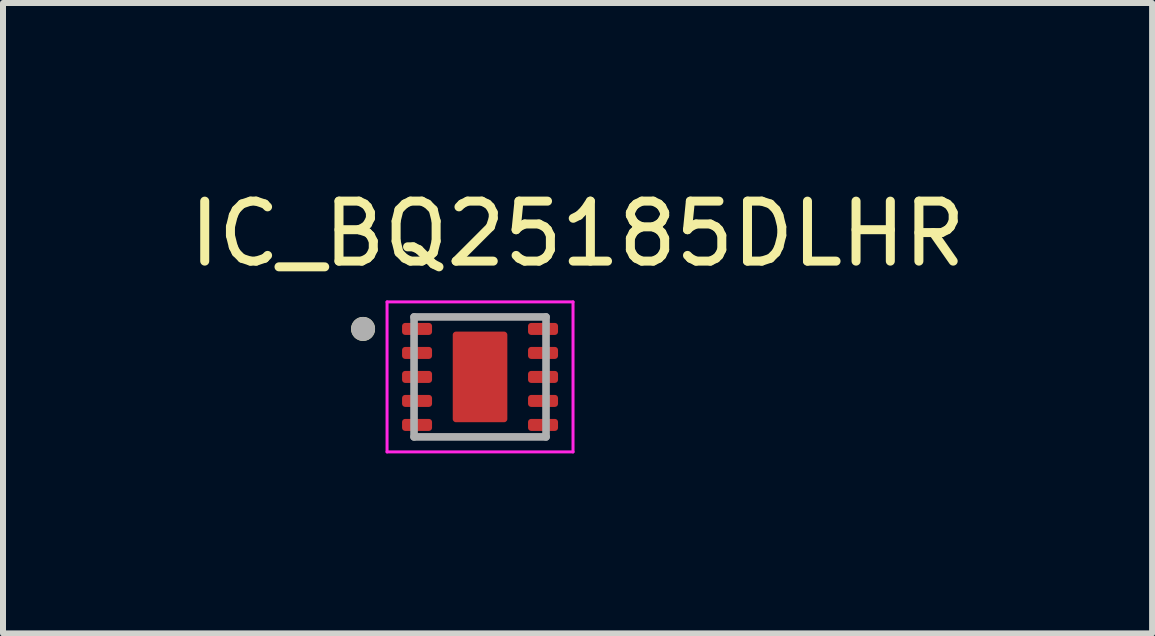
<source format=kicad_pcb>
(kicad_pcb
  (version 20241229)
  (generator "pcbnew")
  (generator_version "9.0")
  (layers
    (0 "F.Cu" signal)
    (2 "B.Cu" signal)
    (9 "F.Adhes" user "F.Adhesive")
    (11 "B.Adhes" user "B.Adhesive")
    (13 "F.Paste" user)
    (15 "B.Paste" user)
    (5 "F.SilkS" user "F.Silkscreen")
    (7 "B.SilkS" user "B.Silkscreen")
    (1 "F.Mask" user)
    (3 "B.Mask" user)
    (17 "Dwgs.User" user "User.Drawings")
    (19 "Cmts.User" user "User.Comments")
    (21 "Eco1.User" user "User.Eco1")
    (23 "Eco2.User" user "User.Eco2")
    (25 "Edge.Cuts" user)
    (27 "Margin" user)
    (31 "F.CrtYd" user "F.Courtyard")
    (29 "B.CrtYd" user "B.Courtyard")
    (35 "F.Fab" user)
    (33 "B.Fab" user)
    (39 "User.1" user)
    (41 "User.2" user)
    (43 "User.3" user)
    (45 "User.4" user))
  (footprint "IC_BQ25185DLHR"
    (layer "F.Cu")
    (at 4.952 3.233)
    (property "Reference" "IC_BQ25185DLHR" (at 1.625 -2.385 0) (layer "F.SilkS") (effects (font (size 1 1) (thickness 0.15))))
    (attr smd)
    (fp_poly (pts (xy -1.35 -0.7) (xy -1.35 -0.9) (xy -1.35 -0.903) (xy -1.35 -0.905) (xy -1.349 -0.908) (xy -1.349 -0.91) (xy -1.348 -0.913) (xy -1.348 -0.915) (xy -1.347 -0.918) (xy -1.346 -0.92) (xy -1.345 -0.923) (xy -1.343 -0.925) (xy -1.342 -0.927) (xy -1.34 -0.929) (xy -1.339 -0.931) (xy -1.337 -0.933) (xy -1.335 -0.935) (xy -1.333 -0.937) (xy -1.331 -0.939) (xy -1.329 -0.94) (xy -1.327 -0.942) (xy -1.325 -0.943) (xy -1.323 -0.945) (xy -1.32 -0.946) (xy -1.318 -0.947) (xy -1.315 -0.948) (xy -1.313 -0.948) (xy -1.31 -0.949) (xy -1.308 -0.949) (xy -1.305 -0.95) (xy -1.303 -0.95) (xy -1.3 -0.95) (xy -0.8 -0.95) (xy -0.797 -0.95) (xy -0.795 -0.95) (xy -0.792 -0.949) (xy -0.79 -0.949) (xy -0.787 -0.948) (xy -0.785 -0.948) (xy -0.782 -0.947) (xy -0.78 -0.946) (xy -0.777 -0.945) (xy -0.775 -0.943) (xy -0.773 -0.942) (xy -0.771 -0.94) (xy -0.769 -0.939) (xy -0.767 -0.937) (xy -0.765 -0.935) (xy -0.763 -0.933) (xy -0.761 -0.931) (xy -0.76 -0.929) (xy -0.758 -0.927) (xy -0.757 -0.925) (xy -0.755 -0.923) (xy -0.754 -0.92) (xy -0.753 -0.918) (xy -0.752 -0.915) (xy -0.752 -0.913) (xy -0.751 -0.91) (xy -0.751 -0.908) (xy -0.75 -0.905) (xy -0.75 -0.903) (xy -0.75 -0.9) (xy -0.75 -0.7) (xy -0.75 -0.697) (xy -0.75 -0.695) (xy -0.751 -0.692) (xy -0.751 -0.69) (xy -0.752 -0.687) (xy -0.752 -0.685) (xy -0.753 -0.682) (xy -0.754 -0.68) (xy -0.755 -0.677) (xy -0.757 -0.675) (xy -0.758 -0.673) (xy -0.76 -0.671) (xy -0.761 -0.669) (xy -0.763 -0.667) (xy -0.765 -0.665) (xy -0.767 -0.663) (xy -0.769 -0.661) (xy -0.771 -0.66) (xy -0.773 -0.658) (xy -0.775 -0.657) (xy -0.777 -0.655) (xy -0.78 -0.654) (xy -0.782 -0.653) (xy -0.785 -0.652) (xy -0.787 -0.652) (xy -0.79 -0.651) (xy -0.792 -0.651) (xy -0.795 -0.65) (xy -0.797 -0.65) (xy -0.8 -0.65) (xy -1.3 -0.65) (xy -1.303 -0.65) (xy -1.305 -0.65) (xy -1.308 -0.651) (xy -1.31 -0.651) (xy -1.313 -0.652) (xy -1.315 -0.652) (xy -1.318 -0.653) (xy -1.32 -0.654) (xy -1.323 -0.655) (xy -1.325 -0.657) (xy -1.327 -0.658) (xy -1.329 -0.66) (xy -1.331 -0.661) (xy -1.333 -0.663) (xy -1.335 -0.665) (xy -1.337 -0.667) (xy -1.339 -0.669) (xy -1.34 -0.671) (xy -1.342 -0.673) (xy -1.343 -0.675) (xy -1.345 -0.677) (xy -1.346 -0.68) (xy -1.347 -0.682) (xy -1.348 -0.685) (xy -1.348 -0.687) (xy -1.349 -0.69) (xy -1.349 -0.692) (xy -1.35 -0.695) (xy -1.35 -0.697) (xy -1.35 -0.7)) (stroke (width 0.01) (type solid)) (fill yes) (layer "F.Mask"))
    (fp_poly (pts (xy -1.35 -0.3) (xy -1.35 -0.5) (xy -1.35 -0.503) (xy -1.35 -0.505) (xy -1.349 -0.508) (xy -1.349 -0.51) (xy -1.348 -0.513) (xy -1.348 -0.515) (xy -1.347 -0.518) (xy -1.346 -0.52) (xy -1.345 -0.523) (xy -1.343 -0.525) (xy -1.342 -0.527) (xy -1.34 -0.529) (xy -1.339 -0.531) (xy -1.337 -0.533) (xy -1.335 -0.535) (xy -1.333 -0.537) (xy -1.331 -0.539) (xy -1.329 -0.54) (xy -1.327 -0.542) (xy -1.325 -0.543) (xy -1.323 -0.545) (xy -1.32 -0.546) (xy -1.318 -0.547) (xy -1.315 -0.548) (xy -1.313 -0.548) (xy -1.31 -0.549) (xy -1.308 -0.549) (xy -1.305 -0.55) (xy -1.303 -0.55) (xy -1.3 -0.55) (xy -0.8 -0.55) (xy -0.797 -0.55) (xy -0.795 -0.55) (xy -0.792 -0.549) (xy -0.79 -0.549) (xy -0.787 -0.548) (xy -0.785 -0.548) (xy -0.782 -0.547) (xy -0.78 -0.546) (xy -0.777 -0.545) (xy -0.775 -0.543) (xy -0.773 -0.542) (xy -0.771 -0.54) (xy -0.769 -0.539) (xy -0.767 -0.537) (xy -0.765 -0.535) (xy -0.763 -0.533) (xy -0.761 -0.531) (xy -0.76 -0.529) (xy -0.758 -0.527) (xy -0.757 -0.525) (xy -0.755 -0.523) (xy -0.754 -0.52) (xy -0.753 -0.518) (xy -0.752 -0.515) (xy -0.752 -0.513) (xy -0.751 -0.51) (xy -0.751 -0.508) (xy -0.75 -0.505) (xy -0.75 -0.503) (xy -0.75 -0.5) (xy -0.75 -0.3) (xy -0.75 -0.297) (xy -0.75 -0.295) (xy -0.751 -0.292) (xy -0.751 -0.29) (xy -0.752 -0.287) (xy -0.752 -0.285) (xy -0.753 -0.282) (xy -0.754 -0.28) (xy -0.755 -0.277) (xy -0.757 -0.275) (xy -0.758 -0.273) (xy -0.76 -0.271) (xy -0.761 -0.269) (xy -0.763 -0.267) (xy -0.765 -0.265) (xy -0.767 -0.263) (xy -0.769 -0.261) (xy -0.771 -0.26) (xy -0.773 -0.258) (xy -0.775 -0.257) (xy -0.777 -0.255) (xy -0.78 -0.254) (xy -0.782 -0.253) (xy -0.785 -0.252) (xy -0.787 -0.252) (xy -0.79 -0.251) (xy -0.792 -0.251) (xy -0.795 -0.25) (xy -0.797 -0.25) (xy -0.8 -0.25) (xy -1.3 -0.25) (xy -1.303 -0.25) (xy -1.305 -0.25) (xy -1.308 -0.251) (xy -1.31 -0.251) (xy -1.313 -0.252) (xy -1.315 -0.252) (xy -1.318 -0.253) (xy -1.32 -0.254) (xy -1.323 -0.255) (xy -1.325 -0.257) (xy -1.327 -0.258) (xy -1.329 -0.26) (xy -1.331 -0.261) (xy -1.333 -0.263) (xy -1.335 -0.265) (xy -1.337 -0.267) (xy -1.339 -0.269) (xy -1.34 -0.271) (xy -1.342 -0.273) (xy -1.343 -0.275) (xy -1.345 -0.277) (xy -1.346 -0.28) (xy -1.347 -0.282) (xy -1.348 -0.285) (xy -1.348 -0.287) (xy -1.349 -0.29) (xy -1.349 -0.292) (xy -1.35 -0.295) (xy -1.35 -0.297) (xy -1.35 -0.3)) (stroke (width 0.01) (type solid)) (fill yes) (layer "F.Mask"))
    (fp_poly (pts (xy -1.35 0.1) (xy -1.35 -0.1) (xy -1.35 -0.103) (xy -1.35 -0.105) (xy -1.349 -0.108) (xy -1.349 -0.11) (xy -1.348 -0.113) (xy -1.348 -0.115) (xy -1.347 -0.118) (xy -1.346 -0.12) (xy -1.345 -0.123) (xy -1.343 -0.125) (xy -1.342 -0.127) (xy -1.34 -0.129) (xy -1.339 -0.131) (xy -1.337 -0.133) (xy -1.335 -0.135) (xy -1.333 -0.137) (xy -1.331 -0.139) (xy -1.329 -0.14) (xy -1.327 -0.142) (xy -1.325 -0.143) (xy -1.323 -0.145) (xy -1.32 -0.146) (xy -1.318 -0.147) (xy -1.315 -0.148) (xy -1.313 -0.148) (xy -1.31 -0.149) (xy -1.308 -0.149) (xy -1.305 -0.15) (xy -1.303 -0.15) (xy -1.3 -0.15) (xy -0.8 -0.15) (xy -0.797 -0.15) (xy -0.795 -0.15) (xy -0.792 -0.149) (xy -0.79 -0.149) (xy -0.787 -0.148) (xy -0.785 -0.148) (xy -0.782 -0.147) (xy -0.78 -0.146) (xy -0.777 -0.145) (xy -0.775 -0.143) (xy -0.773 -0.142) (xy -0.771 -0.14) (xy -0.769 -0.139) (xy -0.767 -0.137) (xy -0.765 -0.135) (xy -0.763 -0.133) (xy -0.761 -0.131) (xy -0.76 -0.129) (xy -0.758 -0.127) (xy -0.757 -0.125) (xy -0.755 -0.123) (xy -0.754 -0.12) (xy -0.753 -0.118) (xy -0.752 -0.115) (xy -0.752 -0.113) (xy -0.751 -0.11) (xy -0.751 -0.108) (xy -0.75 -0.105) (xy -0.75 -0.103) (xy -0.75 -0.1) (xy -0.75 0.1) (xy -0.75 0.103) (xy -0.75 0.105) (xy -0.751 0.108) (xy -0.751 0.11) (xy -0.752 0.113) (xy -0.752 0.115) (xy -0.753 0.118) (xy -0.754 0.12) (xy -0.755 0.123) (xy -0.757 0.125) (xy -0.758 0.127) (xy -0.76 0.129) (xy -0.761 0.131) (xy -0.763 0.133) (xy -0.765 0.135) (xy -0.767 0.137) (xy -0.769 0.139) (xy -0.771 0.14) (xy -0.773 0.142) (xy -0.775 0.143) (xy -0.777 0.145) (xy -0.78 0.146) (xy -0.782 0.147) (xy -0.785 0.148) (xy -0.787 0.148) (xy -0.79 0.149) (xy -0.792 0.149) (xy -0.795 0.15) (xy -0.797 0.15) (xy -0.8 0.15) (xy -1.3 0.15) (xy -1.303 0.15) (xy -1.305 0.15) (xy -1.308 0.149) (xy -1.31 0.149) (xy -1.313 0.148) (xy -1.315 0.148) (xy -1.318 0.147) (xy -1.32 0.146) (xy -1.323 0.145) (xy -1.325 0.143) (xy -1.327 0.142) (xy -1.329 0.14) (xy -1.331 0.139) (xy -1.333 0.137) (xy -1.335 0.135) (xy -1.337 0.133) (xy -1.339 0.131) (xy -1.34 0.129) (xy -1.342 0.127) (xy -1.343 0.125) (xy -1.345 0.123) (xy -1.346 0.12) (xy -1.347 0.118) (xy -1.348 0.115) (xy -1.348 0.113) (xy -1.349 0.11) (xy -1.349 0.108) (xy -1.35 0.105) (xy -1.35 0.103) (xy -1.35 0.1)) (stroke (width 0.01) (type solid)) (fill yes) (layer "F.Mask"))
    (fp_poly (pts (xy -1.35 0.5) (xy -1.35 0.3) (xy -1.35 0.297) (xy -1.35 0.295) (xy -1.349 0.292) (xy -1.349 0.29) (xy -1.348 0.287) (xy -1.348 0.285) (xy -1.347 0.282) (xy -1.346 0.28) (xy -1.345 0.277) (xy -1.343 0.275) (xy -1.342 0.273) (xy -1.34 0.271) (xy -1.339 0.269) (xy -1.337 0.267) (xy -1.335 0.265) (xy -1.333 0.263) (xy -1.331 0.261) (xy -1.329 0.26) (xy -1.327 0.258) (xy -1.325 0.257) (xy -1.323 0.255) (xy -1.32 0.254) (xy -1.318 0.253) (xy -1.315 0.252) (xy -1.313 0.252) (xy -1.31 0.251) (xy -1.308 0.251) (xy -1.305 0.25) (xy -1.303 0.25) (xy -1.3 0.25) (xy -0.8 0.25) (xy -0.797 0.25) (xy -0.795 0.25) (xy -0.792 0.251) (xy -0.79 0.251) (xy -0.787 0.252) (xy -0.785 0.252) (xy -0.782 0.253) (xy -0.78 0.254) (xy -0.777 0.255) (xy -0.775 0.257) (xy -0.773 0.258) (xy -0.771 0.26) (xy -0.769 0.261) (xy -0.767 0.263) (xy -0.765 0.265) (xy -0.763 0.267) (xy -0.761 0.269) (xy -0.76 0.271) (xy -0.758 0.273) (xy -0.757 0.275) (xy -0.755 0.277) (xy -0.754 0.28) (xy -0.753 0.282) (xy -0.752 0.285) (xy -0.752 0.287) (xy -0.751 0.29) (xy -0.751 0.292) (xy -0.75 0.295) (xy -0.75 0.297) (xy -0.75 0.3) (xy -0.75 0.5) (xy -0.75 0.503) (xy -0.75 0.505) (xy -0.751 0.508) (xy -0.751 0.51) (xy -0.752 0.513) (xy -0.752 0.515) (xy -0.753 0.518) (xy -0.754 0.52) (xy -0.755 0.523) (xy -0.757 0.525) (xy -0.758 0.527) (xy -0.76 0.529) (xy -0.761 0.531) (xy -0.763 0.533) (xy -0.765 0.535) (xy -0.767 0.537) (xy -0.769 0.539) (xy -0.771 0.54) (xy -0.773 0.542) (xy -0.775 0.543) (xy -0.777 0.545) (xy -0.78 0.546) (xy -0.782 0.547) (xy -0.785 0.548) (xy -0.787 0.548) (xy -0.79 0.549) (xy -0.792 0.549) (xy -0.795 0.55) (xy -0.797 0.55) (xy -0.8 0.55) (xy -1.3 0.55) (xy -1.303 0.55) (xy -1.305 0.55) (xy -1.308 0.549) (xy -1.31 0.549) (xy -1.313 0.548) (xy -1.315 0.548) (xy -1.318 0.547) (xy -1.32 0.546) (xy -1.323 0.545) (xy -1.325 0.543) (xy -1.327 0.542) (xy -1.329 0.54) (xy -1.331 0.539) (xy -1.333 0.537) (xy -1.335 0.535) (xy -1.337 0.533) (xy -1.339 0.531) (xy -1.34 0.529) (xy -1.342 0.527) (xy -1.343 0.525) (xy -1.345 0.523) (xy -1.346 0.52) (xy -1.347 0.518) (xy -1.348 0.515) (xy -1.348 0.513) (xy -1.349 0.51) (xy -1.349 0.508) (xy -1.35 0.505) (xy -1.35 0.503) (xy -1.35 0.5)) (stroke (width 0.01) (type solid)) (fill yes) (layer "F.Mask"))
    (fp_poly (pts (xy -1.35 0.9) (xy -1.35 0.7) (xy -1.35 0.697) (xy -1.35 0.695) (xy -1.349 0.692) (xy -1.349 0.69) (xy -1.348 0.687) (xy -1.348 0.685) (xy -1.347 0.682) (xy -1.346 0.68) (xy -1.345 0.677) (xy -1.343 0.675) (xy -1.342 0.673) (xy -1.34 0.671) (xy -1.339 0.669) (xy -1.337 0.667) (xy -1.335 0.665) (xy -1.333 0.663) (xy -1.331 0.661) (xy -1.329 0.66) (xy -1.327 0.658) (xy -1.325 0.657) (xy -1.323 0.655) (xy -1.32 0.654) (xy -1.318 0.653) (xy -1.315 0.652) (xy -1.313 0.652) (xy -1.31 0.651) (xy -1.308 0.651) (xy -1.305 0.65) (xy -1.303 0.65) (xy -1.3 0.65) (xy -0.8 0.65) (xy -0.797 0.65) (xy -0.795 0.65) (xy -0.792 0.651) (xy -0.79 0.651) (xy -0.787 0.652) (xy -0.785 0.652) (xy -0.782 0.653) (xy -0.78 0.654) (xy -0.777 0.655) (xy -0.775 0.657) (xy -0.773 0.658) (xy -0.771 0.66) (xy -0.769 0.661) (xy -0.767 0.663) (xy -0.765 0.665) (xy -0.763 0.667) (xy -0.761 0.669) (xy -0.76 0.671) (xy -0.758 0.673) (xy -0.757 0.675) (xy -0.755 0.677) (xy -0.754 0.68) (xy -0.753 0.682) (xy -0.752 0.685) (xy -0.752 0.687) (xy -0.751 0.69) (xy -0.751 0.692) (xy -0.75 0.695) (xy -0.75 0.697) (xy -0.75 0.7) (xy -0.75 0.9) (xy -0.75 0.903) (xy -0.75 0.905) (xy -0.751 0.908) (xy -0.751 0.91) (xy -0.752 0.913) (xy -0.752 0.915) (xy -0.753 0.918) (xy -0.754 0.92) (xy -0.755 0.923) (xy -0.757 0.925) (xy -0.758 0.927) (xy -0.76 0.929) (xy -0.761 0.931) (xy -0.763 0.933) (xy -0.765 0.935) (xy -0.767 0.937) (xy -0.769 0.939) (xy -0.771 0.94) (xy -0.773 0.942) (xy -0.775 0.943) (xy -0.777 0.945) (xy -0.78 0.946) (xy -0.782 0.947) (xy -0.785 0.948) (xy -0.787 0.948) (xy -0.79 0.949) (xy -0.792 0.949) (xy -0.795 0.95) (xy -0.797 0.95) (xy -0.8 0.95) (xy -1.3 0.95) (xy -1.303 0.95) (xy -1.305 0.95) (xy -1.308 0.949) (xy -1.31 0.949) (xy -1.313 0.948) (xy -1.315 0.948) (xy -1.318 0.947) (xy -1.32 0.946) (xy -1.323 0.945) (xy -1.325 0.943) (xy -1.327 0.942) (xy -1.329 0.94) (xy -1.331 0.939) (xy -1.333 0.937) (xy -1.335 0.935) (xy -1.337 0.933) (xy -1.339 0.931) (xy -1.34 0.929) (xy -1.342 0.927) (xy -1.343 0.925) (xy -1.345 0.923) (xy -1.346 0.92) (xy -1.347 0.918) (xy -1.348 0.915) (xy -1.348 0.913) (xy -1.349 0.91) (xy -1.349 0.908) (xy -1.35 0.905) (xy -1.35 0.903) (xy -1.35 0.9)) (stroke (width 0.01) (type solid)) (fill yes) (layer "F.Mask"))
    (fp_poly (pts (xy -0.5 0.7) (xy -0.5 -0.7) (xy -0.5 -0.705) (xy -0.499 -0.71) (xy -0.499 -0.716) (xy -0.498 -0.721) (xy -0.497 -0.726) (xy -0.495 -0.731) (xy -0.493 -0.736) (xy -0.491 -0.741) (xy -0.489 -0.745) (xy -0.487 -0.75) (xy -0.484 -0.754) (xy -0.481 -0.759) (xy -0.478 -0.763) (xy -0.474 -0.767) (xy -0.471 -0.771) (xy -0.467 -0.774) (xy -0.463 -0.778) (xy -0.459 -0.781) (xy -0.454 -0.784) (xy -0.45 -0.787) (xy -0.445 -0.789) (xy -0.441 -0.791) (xy -0.436 -0.793) (xy -0.431 -0.795) (xy -0.426 -0.797) (xy -0.421 -0.798) (xy -0.416 -0.799) (xy -0.41 -0.799) (xy -0.405 -0.8) (xy -0.4 -0.8) (xy 0.4 -0.8) (xy 0.405 -0.8) (xy 0.41 -0.799) (xy 0.416 -0.799) (xy 0.421 -0.798) (xy 0.426 -0.797) (xy 0.431 -0.795) (xy 0.436 -0.793) (xy 0.441 -0.791) (xy 0.445 -0.789) (xy 0.45 -0.787) (xy 0.454 -0.784) (xy 0.459 -0.781) (xy 0.463 -0.778) (xy 0.467 -0.774) (xy 0.471 -0.771) (xy 0.474 -0.767) (xy 0.478 -0.763) (xy 0.481 -0.759) (xy 0.484 -0.754) (xy 0.487 -0.75) (xy 0.489 -0.745) (xy 0.491 -0.741) (xy 0.493 -0.736) (xy 0.495 -0.731) (xy 0.497 -0.726) (xy 0.498 -0.721) (xy 0.499 -0.716) (xy 0.499 -0.71) (xy 0.5 -0.705) (xy 0.5 -0.7) (xy 0.5 0.7) (xy 0.5 0.705) (xy 0.499 0.71) (xy 0.499 0.716) (xy 0.498 0.721) (xy 0.497 0.726) (xy 0.495 0.731) (xy 0.493 0.736) (xy 0.491 0.741) (xy 0.489 0.745) (xy 0.487 0.75) (xy 0.484 0.754) (xy 0.481 0.759) (xy 0.478 0.763) (xy 0.474 0.767) (xy 0.471 0.771) (xy 0.467 0.774) (xy 0.463 0.778) (xy 0.459 0.781) (xy 0.454 0.784) (xy 0.45 0.787) (xy 0.445 0.789) (xy 0.441 0.791) (xy 0.436 0.793) (xy 0.431 0.795) (xy 0.426 0.797) (xy 0.421 0.798) (xy 0.416 0.799) (xy 0.41 0.799) (xy 0.405 0.8) (xy 0.4 0.8) (xy -0.4 0.8) (xy -0.405 0.8) (xy -0.41 0.799) (xy -0.416 0.799) (xy -0.421 0.798) (xy -0.426 0.797) (xy -0.431 0.795) (xy -0.436 0.793) (xy -0.441 0.791) (xy -0.445 0.789) (xy -0.45 0.787) (xy -0.454 0.784) (xy -0.459 0.781) (xy -0.463 0.778) (xy -0.467 0.774) (xy -0.471 0.771) (xy -0.474 0.767) (xy -0.478 0.763) (xy -0.481 0.759) (xy -0.484 0.754) (xy -0.487 0.75) (xy -0.489 0.745) (xy -0.491 0.741) (xy -0.493 0.736) (xy -0.495 0.731) (xy -0.497 0.726) (xy -0.498 0.721) (xy -0.499 0.716) (xy -0.499 0.71) (xy -0.5 0.705) (xy -0.5 0.7)) (stroke (width 0.01) (type solid)) (fill yes) (layer "F.Mask"))
    (fp_poly (pts (xy 0.75 -0.7) (xy 0.75 -0.9) (xy 0.75 -0.903) (xy 0.75 -0.905) (xy 0.751 -0.908) (xy 0.751 -0.91) (xy 0.752 -0.913) (xy 0.752 -0.915) (xy 0.753 -0.918) (xy 0.754 -0.92) (xy 0.755 -0.923) (xy 0.757 -0.925) (xy 0.758 -0.927) (xy 0.76 -0.929) (xy 0.761 -0.931) (xy 0.763 -0.933) (xy 0.765 -0.935) (xy 0.767 -0.937) (xy 0.769 -0.939) (xy 0.771 -0.94) (xy 0.773 -0.942) (xy 0.775 -0.943) (xy 0.777 -0.945) (xy 0.78 -0.946) (xy 0.782 -0.947) (xy 0.785 -0.948) (xy 0.787 -0.948) (xy 0.79 -0.949) (xy 0.792 -0.949) (xy 0.795 -0.95) (xy 0.797 -0.95) (xy 0.8 -0.95) (xy 1.3 -0.95) (xy 1.303 -0.95) (xy 1.305 -0.95) (xy 1.308 -0.949) (xy 1.31 -0.949) (xy 1.313 -0.948) (xy 1.315 -0.948) (xy 1.318 -0.947) (xy 1.32 -0.946) (xy 1.323 -0.945) (xy 1.325 -0.943) (xy 1.327 -0.942) (xy 1.329 -0.94) (xy 1.331 -0.939) (xy 1.333 -0.937) (xy 1.335 -0.935) (xy 1.337 -0.933) (xy 1.339 -0.931) (xy 1.34 -0.929) (xy 1.342 -0.927) (xy 1.343 -0.925) (xy 1.345 -0.923) (xy 1.346 -0.92) (xy 1.347 -0.918) (xy 1.348 -0.915) (xy 1.348 -0.913) (xy 1.349 -0.91) (xy 1.349 -0.908) (xy 1.35 -0.905) (xy 1.35 -0.903) (xy 1.35 -0.9) (xy 1.35 -0.7) (xy 1.35 -0.697) (xy 1.35 -0.695) (xy 1.349 -0.692) (xy 1.349 -0.69) (xy 1.348 -0.687) (xy 1.348 -0.685) (xy 1.347 -0.682) (xy 1.346 -0.68) (xy 1.345 -0.677) (xy 1.343 -0.675) (xy 1.342 -0.673) (xy 1.34 -0.671) (xy 1.339 -0.669) (xy 1.337 -0.667) (xy 1.335 -0.665) (xy 1.333 -0.663) (xy 1.331 -0.661) (xy 1.329 -0.66) (xy 1.327 -0.658) (xy 1.325 -0.657) (xy 1.323 -0.655) (xy 1.32 -0.654) (xy 1.318 -0.653) (xy 1.315 -0.652) (xy 1.313 -0.652) (xy 1.31 -0.651) (xy 1.308 -0.651) (xy 1.305 -0.65) (xy 1.303 -0.65) (xy 1.3 -0.65) (xy 0.8 -0.65) (xy 0.797 -0.65) (xy 0.795 -0.65) (xy 0.792 -0.651) (xy 0.79 -0.651) (xy 0.787 -0.652) (xy 0.785 -0.652) (xy 0.782 -0.653) (xy 0.78 -0.654) (xy 0.777 -0.655) (xy 0.775 -0.657) (xy 0.773 -0.658) (xy 0.771 -0.66) (xy 0.769 -0.661) (xy 0.767 -0.663) (xy 0.765 -0.665) (xy 0.763 -0.667) (xy 0.761 -0.669) (xy 0.76 -0.671) (xy 0.758 -0.673) (xy 0.757 -0.675) (xy 0.755 -0.677) (xy 0.754 -0.68) (xy 0.753 -0.682) (xy 0.752 -0.685) (xy 0.752 -0.687) (xy 0.751 -0.69) (xy 0.751 -0.692) (xy 0.75 -0.695) (xy 0.75 -0.697) (xy 0.75 -0.7)) (stroke (width 0.01) (type solid)) (fill yes) (layer "F.Mask"))
    (fp_poly (pts (xy 0.75 -0.3) (xy 0.75 -0.5) (xy 0.75 -0.503) (xy 0.75 -0.505) (xy 0.751 -0.508) (xy 0.751 -0.51) (xy 0.752 -0.513) (xy 0.752 -0.515) (xy 0.753 -0.518) (xy 0.754 -0.52) (xy 0.755 -0.523) (xy 0.757 -0.525) (xy 0.758 -0.527) (xy 0.76 -0.529) (xy 0.761 -0.531) (xy 0.763 -0.533) (xy 0.765 -0.535) (xy 0.767 -0.537) (xy 0.769 -0.539) (xy 0.771 -0.54) (xy 0.773 -0.542) (xy 0.775 -0.543) (xy 0.777 -0.545) (xy 0.78 -0.546) (xy 0.782 -0.547) (xy 0.785 -0.548) (xy 0.787 -0.548) (xy 0.79 -0.549) (xy 0.792 -0.549) (xy 0.795 -0.55) (xy 0.797 -0.55) (xy 0.8 -0.55) (xy 1.3 -0.55) (xy 1.303 -0.55) (xy 1.305 -0.55) (xy 1.308 -0.549) (xy 1.31 -0.549) (xy 1.313 -0.548) (xy 1.315 -0.548) (xy 1.318 -0.547) (xy 1.32 -0.546) (xy 1.323 -0.545) (xy 1.325 -0.543) (xy 1.327 -0.542) (xy 1.329 -0.54) (xy 1.331 -0.539) (xy 1.333 -0.537) (xy 1.335 -0.535) (xy 1.337 -0.533) (xy 1.339 -0.531) (xy 1.34 -0.529) (xy 1.342 -0.527) (xy 1.343 -0.525) (xy 1.345 -0.523) (xy 1.346 -0.52) (xy 1.347 -0.518) (xy 1.348 -0.515) (xy 1.348 -0.513) (xy 1.349 -0.51) (xy 1.349 -0.508) (xy 1.35 -0.505) (xy 1.35 -0.503) (xy 1.35 -0.5) (xy 1.35 -0.3) (xy 1.35 -0.297) (xy 1.35 -0.295) (xy 1.349 -0.292) (xy 1.349 -0.29) (xy 1.348 -0.287) (xy 1.348 -0.285) (xy 1.347 -0.282) (xy 1.346 -0.28) (xy 1.345 -0.277) (xy 1.343 -0.275) (xy 1.342 -0.273) (xy 1.34 -0.271) (xy 1.339 -0.269) (xy 1.337 -0.267) (xy 1.335 -0.265) (xy 1.333 -0.263) (xy 1.331 -0.261) (xy 1.329 -0.26) (xy 1.327 -0.258) (xy 1.325 -0.257) (xy 1.323 -0.255) (xy 1.32 -0.254) (xy 1.318 -0.253) (xy 1.315 -0.252) (xy 1.313 -0.252) (xy 1.31 -0.251) (xy 1.308 -0.251) (xy 1.305 -0.25) (xy 1.303 -0.25) (xy 1.3 -0.25) (xy 0.8 -0.25) (xy 0.797 -0.25) (xy 0.795 -0.25) (xy 0.792 -0.251) (xy 0.79 -0.251) (xy 0.787 -0.252) (xy 0.785 -0.252) (xy 0.782 -0.253) (xy 0.78 -0.254) (xy 0.777 -0.255) (xy 0.775 -0.257) (xy 0.773 -0.258) (xy 0.771 -0.26) (xy 0.769 -0.261) (xy 0.767 -0.263) (xy 0.765 -0.265) (xy 0.763 -0.267) (xy 0.761 -0.269) (xy 0.76 -0.271) (xy 0.758 -0.273) (xy 0.757 -0.275) (xy 0.755 -0.277) (xy 0.754 -0.28) (xy 0.753 -0.282) (xy 0.752 -0.285) (xy 0.752 -0.287) (xy 0.751 -0.29) (xy 0.751 -0.292) (xy 0.75 -0.295) (xy 0.75 -0.297) (xy 0.75 -0.3)) (stroke (width 0.01) (type solid)) (fill yes) (layer "F.Mask"))
    (fp_poly (pts (xy 0.75 0.1) (xy 0.75 -0.1) (xy 0.75 -0.103) (xy 0.75 -0.105) (xy 0.751 -0.108) (xy 0.751 -0.11) (xy 0.752 -0.113) (xy 0.752 -0.115) (xy 0.753 -0.118) (xy 0.754 -0.12) (xy 0.755 -0.123) (xy 0.757 -0.125) (xy 0.758 -0.127) (xy 0.76 -0.129) (xy 0.761 -0.131) (xy 0.763 -0.133) (xy 0.765 -0.135) (xy 0.767 -0.137) (xy 0.769 -0.139) (xy 0.771 -0.14) (xy 0.773 -0.142) (xy 0.775 -0.143) (xy 0.777 -0.145) (xy 0.78 -0.146) (xy 0.782 -0.147) (xy 0.785 -0.148) (xy 0.787 -0.148) (xy 0.79 -0.149) (xy 0.792 -0.149) (xy 0.795 -0.15) (xy 0.797 -0.15) (xy 0.8 -0.15) (xy 1.3 -0.15) (xy 1.303 -0.15) (xy 1.305 -0.15) (xy 1.308 -0.149) (xy 1.31 -0.149) (xy 1.313 -0.148) (xy 1.315 -0.148) (xy 1.318 -0.147) (xy 1.32 -0.146) (xy 1.323 -0.145) (xy 1.325 -0.143) (xy 1.327 -0.142) (xy 1.329 -0.14) (xy 1.331 -0.139) (xy 1.333 -0.137) (xy 1.335 -0.135) (xy 1.337 -0.133) (xy 1.339 -0.131) (xy 1.34 -0.129) (xy 1.342 -0.127) (xy 1.343 -0.125) (xy 1.345 -0.123) (xy 1.346 -0.12) (xy 1.347 -0.118) (xy 1.348 -0.115) (xy 1.348 -0.113) (xy 1.349 -0.11) (xy 1.349 -0.108) (xy 1.35 -0.105) (xy 1.35 -0.103) (xy 1.35 -0.1) (xy 1.35 0.1) (xy 1.35 0.103) (xy 1.35 0.105) (xy 1.349 0.108) (xy 1.349 0.11) (xy 1.348 0.113) (xy 1.348 0.115) (xy 1.347 0.118) (xy 1.346 0.12) (xy 1.345 0.123) (xy 1.343 0.125) (xy 1.342 0.127) (xy 1.34 0.129) (xy 1.339 0.131) (xy 1.337 0.133) (xy 1.335 0.135) (xy 1.333 0.137) (xy 1.331 0.139) (xy 1.329 0.14) (xy 1.327 0.142) (xy 1.325 0.143) (xy 1.323 0.145) (xy 1.32 0.146) (xy 1.318 0.147) (xy 1.315 0.148) (xy 1.313 0.148) (xy 1.31 0.149) (xy 1.308 0.149) (xy 1.305 0.15) (xy 1.303 0.15) (xy 1.3 0.15) (xy 0.8 0.15) (xy 0.797 0.15) (xy 0.795 0.15) (xy 0.792 0.149) (xy 0.79 0.149) (xy 0.787 0.148) (xy 0.785 0.148) (xy 0.782 0.147) (xy 0.78 0.146) (xy 0.777 0.145) (xy 0.775 0.143) (xy 0.773 0.142) (xy 0.771 0.14) (xy 0.769 0.139) (xy 0.767 0.137) (xy 0.765 0.135) (xy 0.763 0.133) (xy 0.761 0.131) (xy 0.76 0.129) (xy 0.758 0.127) (xy 0.757 0.125) (xy 0.755 0.123) (xy 0.754 0.12) (xy 0.753 0.118) (xy 0.752 0.115) (xy 0.752 0.113) (xy 0.751 0.11) (xy 0.751 0.108) (xy 0.75 0.105) (xy 0.75 0.103) (xy 0.75 0.1)) (stroke (width 0.01) (type solid)) (fill yes) (layer "F.Mask"))
    (fp_poly (pts (xy 0.75 0.5) (xy 0.75 0.3) (xy 0.75 0.297) (xy 0.75 0.295) (xy 0.751 0.292) (xy 0.751 0.29) (xy 0.752 0.287) (xy 0.752 0.285) (xy 0.753 0.282) (xy 0.754 0.28) (xy 0.755 0.277) (xy 0.757 0.275) (xy 0.758 0.273) (xy 0.76 0.271) (xy 0.761 0.269) (xy 0.763 0.267) (xy 0.765 0.265) (xy 0.767 0.263) (xy 0.769 0.261) (xy 0.771 0.26) (xy 0.773 0.258) (xy 0.775 0.257) (xy 0.777 0.255) (xy 0.78 0.254) (xy 0.782 0.253) (xy 0.785 0.252) (xy 0.787 0.252) (xy 0.79 0.251) (xy 0.792 0.251) (xy 0.795 0.25) (xy 0.797 0.25) (xy 0.8 0.25) (xy 1.3 0.25) (xy 1.303 0.25) (xy 1.305 0.25) (xy 1.308 0.251) (xy 1.31 0.251) (xy 1.313 0.252) (xy 1.315 0.252) (xy 1.318 0.253) (xy 1.32 0.254) (xy 1.323 0.255) (xy 1.325 0.257) (xy 1.327 0.258) (xy 1.329 0.26) (xy 1.331 0.261) (xy 1.333 0.263) (xy 1.335 0.265) (xy 1.337 0.267) (xy 1.339 0.269) (xy 1.34 0.271) (xy 1.342 0.273) (xy 1.343 0.275) (xy 1.345 0.277) (xy 1.346 0.28) (xy 1.347 0.282) (xy 1.348 0.285) (xy 1.348 0.287) (xy 1.349 0.29) (xy 1.349 0.292) (xy 1.35 0.295) (xy 1.35 0.297) (xy 1.35 0.3) (xy 1.35 0.5) (xy 1.35 0.503) (xy 1.35 0.505) (xy 1.349 0.508) (xy 1.349 0.51) (xy 1.348 0.513) (xy 1.348 0.515) (xy 1.347 0.518) (xy 1.346 0.52) (xy 1.345 0.523) (xy 1.343 0.525) (xy 1.342 0.527) (xy 1.34 0.529) (xy 1.339 0.531) (xy 1.337 0.533) (xy 1.335 0.535) (xy 1.333 0.537) (xy 1.331 0.539) (xy 1.329 0.54) (xy 1.327 0.542) (xy 1.325 0.543) (xy 1.323 0.545) (xy 1.32 0.546) (xy 1.318 0.547) (xy 1.315 0.548) (xy 1.313 0.548) (xy 1.31 0.549) (xy 1.308 0.549) (xy 1.305 0.55) (xy 1.303 0.55) (xy 1.3 0.55) (xy 0.8 0.55) (xy 0.797 0.55) (xy 0.795 0.55) (xy 0.792 0.549) (xy 0.79 0.549) (xy 0.787 0.548) (xy 0.785 0.548) (xy 0.782 0.547) (xy 0.78 0.546) (xy 0.777 0.545) (xy 0.775 0.543) (xy 0.773 0.542) (xy 0.771 0.54) (xy 0.769 0.539) (xy 0.767 0.537) (xy 0.765 0.535) (xy 0.763 0.533) (xy 0.761 0.531) (xy 0.76 0.529) (xy 0.758 0.527) (xy 0.757 0.525) (xy 0.755 0.523) (xy 0.754 0.52) (xy 0.753 0.518) (xy 0.752 0.515) (xy 0.752 0.513) (xy 0.751 0.51) (xy 0.751 0.508) (xy 0.75 0.505) (xy 0.75 0.503) (xy 0.75 0.5)) (stroke (width 0.01) (type solid)) (fill yes) (layer "F.Mask"))
    (fp_poly (pts (xy 0.75 0.9) (xy 0.75 0.7) (xy 0.75 0.697) (xy 0.75 0.695) (xy 0.751 0.692) (xy 0.751 0.69) (xy 0.752 0.687) (xy 0.752 0.685) (xy 0.753 0.682) (xy 0.754 0.68) (xy 0.755 0.677) (xy 0.757 0.675) (xy 0.758 0.673) (xy 0.76 0.671) (xy 0.761 0.669) (xy 0.763 0.667) (xy 0.765 0.665) (xy 0.767 0.663) (xy 0.769 0.661) (xy 0.771 0.66) (xy 0.773 0.658) (xy 0.775 0.657) (xy 0.777 0.655) (xy 0.78 0.654) (xy 0.782 0.653) (xy 0.785 0.652) (xy 0.787 0.652) (xy 0.79 0.651) (xy 0.792 0.651) (xy 0.795 0.65) (xy 0.797 0.65) (xy 0.8 0.65) (xy 1.3 0.65) (xy 1.303 0.65) (xy 1.305 0.65) (xy 1.308 0.651) (xy 1.31 0.651) (xy 1.313 0.652) (xy 1.315 0.652) (xy 1.318 0.653) (xy 1.32 0.654) (xy 1.323 0.655) (xy 1.325 0.657) (xy 1.327 0.658) (xy 1.329 0.66) (xy 1.331 0.661) (xy 1.333 0.663) (xy 1.335 0.665) (xy 1.337 0.667) (xy 1.339 0.669) (xy 1.34 0.671) (xy 1.342 0.673) (xy 1.343 0.675) (xy 1.345 0.677) (xy 1.346 0.68) (xy 1.347 0.682) (xy 1.348 0.685) (xy 1.348 0.687) (xy 1.349 0.69) (xy 1.349 0.692) (xy 1.35 0.695) (xy 1.35 0.697) (xy 1.35 0.7) (xy 1.35 0.9) (xy 1.35 0.903) (xy 1.35 0.905) (xy 1.349 0.908) (xy 1.349 0.91) (xy 1.348 0.913) (xy 1.348 0.915) (xy 1.347 0.918) (xy 1.346 0.92) (xy 1.345 0.923) (xy 1.343 0.925) (xy 1.342 0.927) (xy 1.34 0.929) (xy 1.339 0.931) (xy 1.337 0.933) (xy 1.335 0.935) (xy 1.333 0.937) (xy 1.331 0.939) (xy 1.329 0.94) (xy 1.327 0.942) (xy 1.325 0.943) (xy 1.323 0.945) (xy 1.32 0.946) (xy 1.318 0.947) (xy 1.315 0.948) (xy 1.313 0.948) (xy 1.31 0.949) (xy 1.308 0.949) (xy 1.305 0.95) (xy 1.303 0.95) (xy 1.3 0.95) (xy 0.8 0.95) (xy 0.797 0.95) (xy 0.795 0.95) (xy 0.792 0.949) (xy 0.79 0.949) (xy 0.787 0.948) (xy 0.785 0.948) (xy 0.782 0.947) (xy 0.78 0.946) (xy 0.777 0.945) (xy 0.775 0.943) (xy 0.773 0.942) (xy 0.771 0.94) (xy 0.769 0.939) (xy 0.767 0.937) (xy 0.765 0.935) (xy 0.763 0.933) (xy 0.761 0.931) (xy 0.76 0.929) (xy 0.758 0.927) (xy 0.757 0.925) (xy 0.755 0.923) (xy 0.754 0.92) (xy 0.753 0.918) (xy 0.752 0.915) (xy 0.752 0.913) (xy 0.751 0.91) (xy 0.751 0.908) (xy 0.75 0.905) (xy 0.75 0.903) (xy 0.75 0.9)) (stroke (width 0.01) (type solid)) (fill yes) (layer "F.Mask"))
    (fp_circle (center -1.95 -0.8) (end -1.85 -0.8) (stroke (width 0.2) (type solid)) (fill no) (layer "F.SilkS"))
    (fp_poly (pts (xy -0.425 0.64) (xy -0.425 -0.64) (xy -0.425 -0.643) (xy -0.425 -0.645) (xy -0.424 -0.648) (xy -0.424 -0.65) (xy -0.423 -0.653) (xy -0.423 -0.655) (xy -0.422 -0.658) (xy -0.421 -0.66) (xy -0.42 -0.663) (xy -0.418 -0.665) (xy -0.417 -0.667) (xy -0.415 -0.669) (xy -0.414 -0.671) (xy -0.412 -0.673) (xy -0.41 -0.675) (xy -0.408 -0.677) (xy -0.406 -0.679) (xy -0.404 -0.68) (xy -0.402 -0.682) (xy -0.4 -0.683) (xy -0.398 -0.685) (xy -0.395 -0.686) (xy -0.393 -0.687) (xy -0.39 -0.688) (xy -0.388 -0.688) (xy -0.385 -0.689) (xy -0.383 -0.689) (xy -0.38 -0.69) (xy -0.378 -0.69) (xy -0.375 -0.69) (xy 0.375 -0.69) (xy 0.378 -0.69) (xy 0.38 -0.69) (xy 0.383 -0.689) (xy 0.385 -0.689) (xy 0.388 -0.688) (xy 0.39 -0.688) (xy 0.393 -0.687) (xy 0.395 -0.686) (xy 0.398 -0.685) (xy 0.4 -0.683) (xy 0.402 -0.682) (xy 0.404 -0.68) (xy 0.406 -0.679) (xy 0.408 -0.677) (xy 0.41 -0.675) (xy 0.412 -0.673) (xy 0.414 -0.671) (xy 0.415 -0.669) (xy 0.417 -0.667) (xy 0.418 -0.665) (xy 0.42 -0.663) (xy 0.421 -0.66) (xy 0.422 -0.658) (xy 0.423 -0.655) (xy 0.423 -0.653) (xy 0.424 -0.65) (xy 0.424 -0.648) (xy 0.425 -0.645) (xy 0.425 -0.643) (xy 0.425 -0.64) (xy 0.425 0.64) (xy 0.425 0.643) (xy 0.425 0.645) (xy 0.424 0.648) (xy 0.424 0.65) (xy 0.423 0.653) (xy 0.423 0.655) (xy 0.422 0.658) (xy 0.421 0.66) (xy 0.42 0.663) (xy 0.418 0.665) (xy 0.417 0.667) (xy 0.415 0.669) (xy 0.414 0.671) (xy 0.412 0.673) (xy 0.41 0.675) (xy 0.408 0.677) (xy 0.406 0.679) (xy 0.404 0.68) (xy 0.402 0.682) (xy 0.4 0.683) (xy 0.398 0.685) (xy 0.395 0.686) (xy 0.393 0.687) (xy 0.39 0.688) (xy 0.388 0.688) (xy 0.385 0.689) (xy 0.383 0.689) (xy 0.38 0.69) (xy 0.378 0.69) (xy 0.375 0.69) (xy -0.375 0.69) (xy -0.378 0.69) (xy -0.38 0.69) (xy -0.383 0.689) (xy -0.385 0.689) (xy -0.388 0.688) (xy -0.39 0.688) (xy -0.393 0.687) (xy -0.395 0.686) (xy -0.398 0.685) (xy -0.4 0.683) (xy -0.402 0.682) (xy -0.404 0.68) (xy -0.406 0.679) (xy -0.408 0.677) (xy -0.41 0.675) (xy -0.412 0.673) (xy -0.414 0.671) (xy -0.415 0.669) (xy -0.417 0.667) (xy -0.418 0.665) (xy -0.42 0.663) (xy -0.421 0.66) (xy -0.422 0.658) (xy -0.423 0.655) (xy -0.423 0.653) (xy -0.424 0.65) (xy -0.424 0.648) (xy -0.425 0.645) (xy -0.425 0.643) (xy -0.425 0.64)) (stroke (width 0.01) (type solid)) (fill yes) (layer "F.Paste"))
    (fp_line (start -1.55 -1.25) (end -1.55 1.25) (stroke (width 0.05) (type solid)) (layer "F.CrtYd"))
    (fp_line (start -1.55 1.25) (end 1.55 1.25) (stroke (width 0.05) (type solid)) (layer "F.CrtYd"))
    (fp_line (start 1.55 -1.25) (end -1.55 -1.25) (stroke (width 0.05) (type solid)) (layer "F.CrtYd"))
    (fp_line (start 1.55 1.25) (end 1.55 -1.25) (stroke (width 0.05) (type solid)) (layer "F.CrtYd"))
    (fp_line (start -1.1 -1) (end 1.1 -1) (stroke (width 0.127) (type solid)) (layer "F.Fab"))
    (fp_line (start -1.1 1) (end -1.1 -1) (stroke (width 0.127) (type solid)) (layer "F.Fab"))
    (fp_line (start 1.1 -1) (end 1.1 1) (stroke (width 0.127) (type solid)) (layer "F.Fab"))
    (fp_line (start 1.1 1) (end -1.1 1) (stroke (width 0.127) (type solid)) (layer "F.Fab"))
    (fp_circle (center -1.95 -0.8) (end -1.85 -0.8) (stroke (width 0.2) (type solid)) (fill no) (layer "F.Fab"))
    (pad "1" smd roundrect (at -1.05 -0.8) (size 0.5 0.2) (layers "F.Cu" "F.Paste") (roundrect_rratio 0.26))
    (pad "2" smd roundrect (at -1.05 -0.4) (size 0.5 0.2) (layers "F.Cu" "F.Paste") (roundrect_rratio 0.26))
    (pad "3" smd roundrect (at -1.05 0) (size 0.5 0.2) (layers "F.Cu" "F.Paste") (roundrect_rratio 0.26))
    (pad "4" smd roundrect (at -1.05 0.4) (size 0.5 0.2) (layers "F.Cu" "F.Paste") (roundrect_rratio 0.26))
    (pad "5" smd roundrect (at -1.05 0.8) (size 0.5 0.2) (layers "F.Cu" "F.Paste") (roundrect_rratio 0.26))
    (pad "6" smd roundrect (at 1.05 0.8) (size 0.5 0.2) (layers "F.Cu" "F.Paste") (roundrect_rratio 0.26))
    (pad "7" smd roundrect (at 1.05 0.4) (size 0.5 0.2) (layers "F.Cu" "F.Paste") (roundrect_rratio 0.26))
    (pad "8" smd roundrect (at 1.05 0) (size 0.5 0.2) (layers "F.Cu" "F.Paste") (roundrect_rratio 0.26))
    (pad "9" smd roundrect (at 1.05 -0.4) (size 0.5 0.2) (layers "F.Cu" "F.Paste") (roundrect_rratio 0.26))
    (pad "10" smd roundrect (at 1.05 -0.8) (size 0.5 0.2) (layers "F.Cu" "F.Paste") (roundrect_rratio 0.26))
    (pad "11" smd custom (at 0 0) (size 0.5 0.5) (layers "F.Cu") (options (anchor rect)) (primitives (gr_poly (pts (xy -0.45 0.7) (xy -0.45 -0.7) (xy -0.45 -0.703) (xy -0.45 -0.705) (xy -0.449 -0.708) (xy -0.449 -0.71) (xy -0.448 -0.713) (xy -0.448 -0.715) (xy -0.447 -0.718) (xy -0.446 -0.72) (xy -0.445 -0.723) (xy -0.443 -0.725) (xy -0.442 -0.727) (xy -0.44 -0.729) (xy -0.439 -0.731) (xy -0.437 -0.733) (xy -0.435 -0.735) (xy -0.433 -0.737) (xy -0.431 -0.739) (xy -0.429 -0.74) (xy -0.427 -0.742) (xy -0.425 -0.743) (xy -0.423 -0.745) (xy -0.42 -0.746) (xy -0.418 -0.747) (xy -0.415 -0.748) (xy -0.413 -0.748) (xy -0.41 -0.749) (xy -0.408 -0.749) (xy -0.405 -0.75) (xy -0.403 -0.75) (xy -0.4 -0.75) (xy 0.4 -0.75) (xy 0.403 -0.75) (xy 0.405 -0.75) (xy 0.408 -0.749) (xy 0.41 -0.749) (xy 0.413 -0.748) (xy 0.415 -0.748) (xy 0.418 -0.747) (xy 0.42 -0.746) (xy 0.423 -0.745) (xy 0.425 -0.743) (xy 0.427 -0.742) (xy 0.429 -0.74) (xy 0.431 -0.739) (xy 0.433 -0.737) (xy 0.435 -0.735) (xy 0.437 -0.733) (xy 0.439 -0.731) (xy 0.44 -0.729) (xy 0.442 -0.727) (xy 0.443 -0.725) (xy 0.445 -0.723) (xy 0.446 -0.72) (xy 0.447 -0.718) (xy 0.448 -0.715) (xy 0.448 -0.713) (xy 0.449 -0.71) (xy 0.449 -0.708) (xy 0.45 -0.705) (xy 0.45 -0.703) (xy 0.45 -0.7) (xy 0.45 0.7) (xy 0.45 0.703) (xy 0.45 0.705) (xy 0.449 0.708) (xy 0.449 0.71) (xy 0.448 0.713) (xy 0.448 0.715) (xy 0.447 0.718) (xy 0.446 0.72) (xy 0.445 0.723) (xy 0.443 0.725) (xy 0.442 0.727) (xy 0.44 0.729) (xy 0.439 0.731) (xy 0.437 0.733) (xy 0.435 0.735) (xy 0.433 0.737) (xy 0.431 0.739) (xy 0.429 0.74) (xy 0.427 0.742) (xy 0.425 0.743) (xy 0.423 0.745) (xy 0.42 0.746) (xy 0.418 0.747) (xy 0.415 0.748) (xy 0.413 0.748) (xy 0.41 0.749) (xy 0.408 0.749) (xy 0.405 0.75) (xy 0.403 0.75) (xy 0.4 0.75) (xy -0.4 0.75) (xy -0.403 0.75) (xy -0.405 0.75) (xy -0.408 0.749) (xy -0.41 0.749) (xy -0.413 0.748) (xy -0.415 0.748) (xy -0.418 0.747) (xy -0.42 0.746) (xy -0.423 0.745) (xy -0.425 0.743) (xy -0.427 0.742) (xy -0.429 0.74) (xy -0.431 0.739) (xy -0.433 0.737) (xy -0.435 0.735) (xy -0.437 0.733) (xy -0.439 0.731) (xy -0.44 0.729) (xy -0.442 0.727) (xy -0.443 0.725) (xy -0.445 0.723) (xy -0.446 0.72) (xy -0.447 0.718) (xy -0.448 0.715) (xy -0.448 0.713) (xy -0.449 0.71) (xy -0.449 0.708) (xy -0.45 0.705) (xy -0.45 0.703) (xy -0.45 0.7)) (width 0.01) (fill yes)))))
  (gr_rect
    (start -3 -3)
    (end 16.155 7.508)
    (stroke (width 0.1) (type default))
    (fill no)
    (layer "Edge.Cuts")))
</source>
